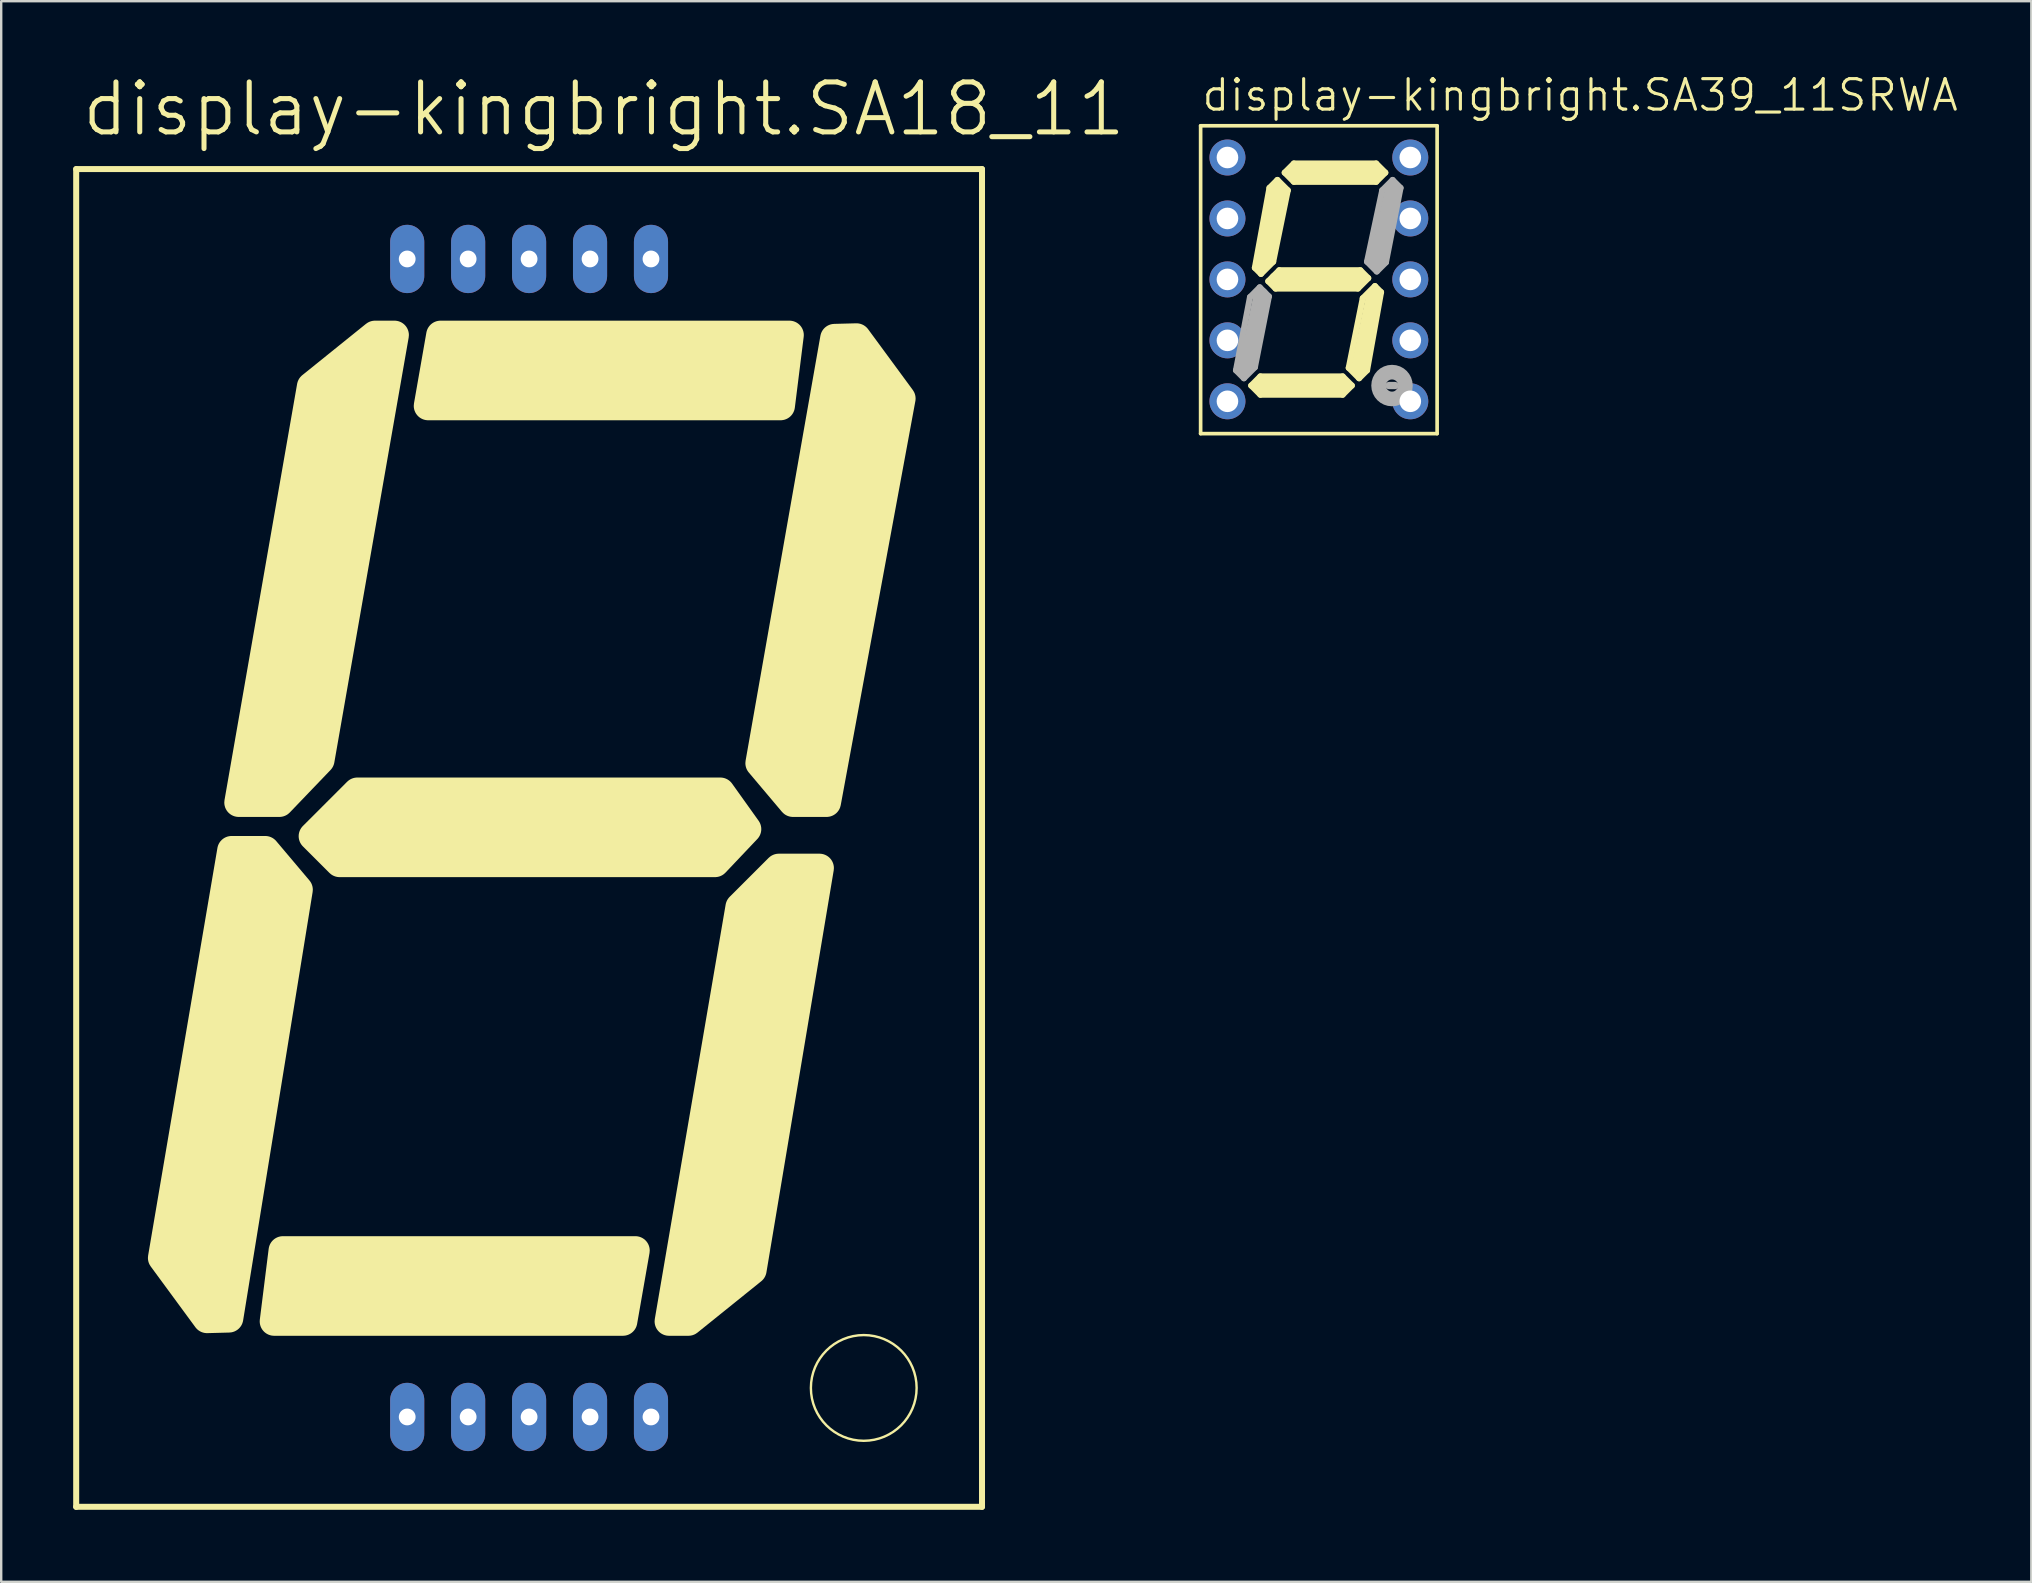
<source format=kicad_pcb>
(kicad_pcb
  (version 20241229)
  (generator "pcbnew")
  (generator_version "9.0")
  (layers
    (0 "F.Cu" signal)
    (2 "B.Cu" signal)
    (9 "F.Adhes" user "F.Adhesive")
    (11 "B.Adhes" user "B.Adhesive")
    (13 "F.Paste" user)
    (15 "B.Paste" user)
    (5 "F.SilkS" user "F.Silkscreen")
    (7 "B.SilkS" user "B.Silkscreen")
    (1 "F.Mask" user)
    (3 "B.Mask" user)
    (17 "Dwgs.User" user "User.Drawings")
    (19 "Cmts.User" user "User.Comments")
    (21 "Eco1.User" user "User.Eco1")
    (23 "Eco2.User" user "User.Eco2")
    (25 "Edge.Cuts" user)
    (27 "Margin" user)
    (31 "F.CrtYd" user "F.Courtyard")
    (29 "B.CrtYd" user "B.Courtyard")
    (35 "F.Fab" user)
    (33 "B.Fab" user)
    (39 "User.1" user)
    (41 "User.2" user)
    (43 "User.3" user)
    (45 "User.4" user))
  (footprint "display-kingbright.SA18_11"
    (layer "F.Cu")
    (at 19 31.872)
    (property "Reference" "display-kingbright.SA18_11" (at -18.745 -29.159 0) (layer "F.SilkS") (effects (font (size 2.083 2.083) (thickness 0.21)) (justify left bottom)))
    (attr through_hole)
    (fp_line (start -18.875 -27.875) (end -18.875 27.875) (stroke (width 0.25) (type default)) (layer "F.SilkS"))
    (fp_line (start -18.875 -27.875) (end 18.875 -27.875) (stroke (width 0.25) (type default)) (layer "F.SilkS"))
    (fp_line (start 18.875 27.875) (end -18.875 27.875) (stroke (width 0.25) (type default)) (layer "F.SilkS"))
    (fp_line (start 18.875 27.875) (end 18.875 -27.875) (stroke (width 0.25) (type default)) (layer "F.SilkS"))
    (fp_circle (center 13.947 22.92) (end 16.15 22.92) (stroke (width 0.1) (type default)) (fill no) (layer "F.SilkS"))
    (fp_poly (pts (xy -4.207 -18.007) (xy -3.69 -20.959) (xy 10.849 -20.959) (xy 10.48 -18.007)) (stroke (width 1.199) (type default)) (fill yes) (layer "F.SilkS"))
    (fp_poly (pts (xy 4.428 17.195) (xy 3.911 20.147) (xy -10.627 20.147) (xy -10.258 17.195)) (stroke (width 1.199) (type default)) (fill yes) (layer "F.SilkS"))
    (fp_poly (pts (xy -9.613 2.156) (xy -12.51 20.013) (xy -13.423 20.037) (xy -15.286 17.502) (xy -12.398 0.517) (xy -10.996 0.517)) (stroke (width 1.199) (type default)) (fill yes) (layer "F.SilkS"))
    (fp_poly (pts (xy -9.004 -0.074) (xy -7.159 -1.919) (xy 7.97 -1.919) (xy 9.077 -0.369) (xy 7.749 1.033) (xy -7.897 1.033)) (stroke (width 1.199) (type default)) (fill yes) (layer "F.SilkS"))
    (fp_poly (pts (xy -8.708 -3.247) (xy -5.609 -20.959) (xy -6.421 -20.959) (xy -9.077 -18.819) (xy -12.103 -1.476) (xy -10.406 -1.476)) (stroke (width 1.199) (type default)) (fill yes) (layer "F.SilkS"))
    (fp_poly (pts (xy 8.782 2.878) (xy 5.83 20.147) (xy 6.642 20.147) (xy 9.299 18.007) (xy 12.103 1.255) (xy 10.406 1.255)) (stroke (width 1.199) (type default)) (fill yes) (layer "F.SilkS"))
    (fp_poly (pts (xy 9.613 -3.116) (xy 12.731 -20.825) (xy 13.644 -20.849) (xy 15.508 -18.314) (xy 12.398 -1.476) (xy 10.996 -1.476)) (stroke (width 1.199) (type default)) (fill yes) (layer "F.SilkS"))
    (pad "1" thru_hole oval (at -5.08 24.13 90) (size 2.845 1.422) (drill 0.7) (layers "*.Cu" "*.Mask"))
    (pad "2" thru_hole oval (at -2.54 24.13 90) (size 2.845 1.422) (drill 0.7) (layers "*.Cu" "*.Mask"))
    (pad "3" thru_hole oval (at 0 24.13 90) (size 2.845 1.422) (drill 0.7) (layers "*.Cu" "*.Mask"))
    (pad "4" thru_hole oval (at 2.54 24.13 90) (size 2.845 1.422) (drill 0.7) (layers "*.Cu" "*.Mask"))
    (pad "5" thru_hole oval (at 5.08 24.13 90) (size 2.845 1.422) (drill 0.7) (layers "*.Cu" "*.Mask"))
    (pad "6" thru_hole oval (at 5.08 -24.13 90) (size 2.845 1.422) (drill 0.7) (layers "*.Cu" "*.Mask"))
    (pad "7" thru_hole oval (at 2.54 -24.13 90) (size 2.845 1.422) (drill 0.7) (layers "*.Cu" "*.Mask"))
    (pad "8" thru_hole oval (at 0 -24.13 90) (size 2.845 1.422) (drill 0.7) (layers "*.Cu" "*.Mask"))
    (pad "9" thru_hole oval (at -2.54 -24.13 90) (size 2.845 1.422) (drill 0.7) (layers "*.Cu" "*.Mask"))
    (pad "10" thru_hole oval (at -5.08 -24.13 90) (size 2.845 1.422) (drill 0.7) (layers "*.Cu" "*.Mask")))
  (footprint "display-kingbright.SA39_11SRWA"
    (layer "F.Cu")
    (at 51.914 8.594)
    (property "Reference" "display-kingbright.SA39_11SRWA" (at -4.953 -6.934 0) (layer "F.SilkS") (effects (font (size 1.27 1.27) (thickness 0.13)) (justify left bottom)))
    (attr through_hole)
    (fp_line (start -4.928 -6.402) (end 4.928 -6.402) (stroke (width 0.152) (type default)) (layer "F.SilkS"))
    (fp_line (start -4.928 6.427) (end -4.928 -6.402) (stroke (width 0.152) (type default)) (layer "F.SilkS"))
    (fp_line (start -2.819 4.424) (end -2.438 4.043) (stroke (width 0.254) (type default)) (layer "F.SilkS"))
    (fp_line (start -2.667 -0.483) (end -2.058 -3.814) (stroke (width 0.254) (type default)) (layer "F.SilkS"))
    (fp_line (start -2.438 4.043) (end 0.991 4.043) (stroke (width 0.254) (type default)) (layer "F.SilkS"))
    (fp_line (start -2.438 4.805) (end -2.819 4.424) (stroke (width 0.254) (type default)) (layer "F.SilkS"))
    (fp_line (start -2.413 -0.229) (end -2.667 -0.483) (stroke (width 0.254) (type default)) (layer "F.SilkS"))
    (fp_line (start -2.413 4.424) (end 1.016 4.424) (stroke (width 0.61) (type default)) (layer "F.SilkS"))
    (fp_line (start -2.311 -0.66) (end -1.678 -3.712) (stroke (width 0.61) (type default)) (layer "F.SilkS"))
    (fp_line (start -2.108 0.076) (end -1.651 -0.381) (stroke (width 0.254) (type default)) (layer "F.SilkS"))
    (fp_line (start -2.058 -3.814) (end -1.728 -4.144) (stroke (width 0.254) (type default)) (layer "F.SilkS"))
    (fp_line (start -1.905 -0.737) (end -2.413 -0.229) (stroke (width 0.254) (type default)) (layer "F.SilkS"))
    (fp_line (start -1.803 0.381) (end -2.108 0.076) (stroke (width 0.254) (type default)) (layer "F.SilkS"))
    (fp_line (start -1.728 -4.144) (end -1.296 -3.712) (stroke (width 0.254) (type default)) (layer "F.SilkS"))
    (fp_line (start -1.651 -0.381) (end 1.727 -0.381) (stroke (width 0.254) (type default)) (layer "F.SilkS"))
    (fp_line (start -1.423 -4.449) (end -1.042 -4.83) (stroke (width 0.254) (type default)) (layer "F.SilkS"))
    (fp_line (start -1.296 -3.712) (end -1.905 -0.737) (stroke (width 0.254) (type default)) (layer "F.SilkS"))
    (fp_line (start -1.042 -4.83) (end 2.387 -4.83) (stroke (width 0.254) (type default)) (layer "F.SilkS"))
    (fp_line (start -1.042 -4.068) (end -1.423 -4.449) (stroke (width 0.254) (type default)) (layer "F.SilkS"))
    (fp_line (start -0.991 -4.449) (end 2.438 -4.449) (stroke (width 0.61) (type default)) (layer "F.SilkS"))
    (fp_line (start 0.991 4.043) (end 1.372 4.424) (stroke (width 0.254) (type default)) (layer "F.SilkS"))
    (fp_line (start 0.991 4.805) (end -2.438 4.805) (stroke (width 0.254) (type default)) (layer "F.SilkS"))
    (fp_line (start 1.245 3.687) (end 1.676 4.119) (stroke (width 0.254) (type default)) (layer "F.SilkS"))
    (fp_line (start 1.372 4.424) (end 0.991 4.805) (stroke (width 0.254) (type default)) (layer "F.SilkS"))
    (fp_line (start 1.626 0.381) (end -1.803 0.381) (stroke (width 0.254) (type default)) (layer "F.SilkS"))
    (fp_line (start 1.651 0) (end -1.778 0) (stroke (width 0.61) (type default)) (layer "F.SilkS"))
    (fp_line (start 1.651 3.662) (end 2.286 0.635) (stroke (width 0.61) (type default)) (layer "F.SilkS"))
    (fp_line (start 1.676 4.119) (end 2.007 3.789) (stroke (width 0.254) (type default)) (layer "F.SilkS"))
    (fp_line (start 1.727 -0.381) (end 2.057 -0.051) (stroke (width 0.254) (type default)) (layer "F.SilkS"))
    (fp_line (start 1.829 0.787) (end 1.245 3.687) (stroke (width 0.254) (type default)) (layer "F.SilkS"))
    (fp_line (start 2.007 3.789) (end 2.591 0.533) (stroke (width 0.254) (type default)) (layer "F.SilkS"))
    (fp_line (start 2.057 -0.051) (end 1.626 0.381) (stroke (width 0.254) (type default)) (layer "F.SilkS"))
    (fp_line (start 2.337 0.279) (end 1.829 0.787) (stroke (width 0.254) (type default)) (layer "F.SilkS"))
    (fp_line (start 2.387 -4.83) (end 2.768 -4.449) (stroke (width 0.254) (type default)) (layer "F.SilkS"))
    (fp_line (start 2.387 -4.068) (end -1.042 -4.068) (stroke (width 0.254) (type default)) (layer "F.SilkS"))
    (fp_line (start 2.591 0.533) (end 2.337 0.279) (stroke (width 0.254) (type default)) (layer "F.SilkS"))
    (fp_line (start 2.768 -4.449) (end 2.387 -4.068) (stroke (width 0.254) (type default)) (layer "F.SilkS"))
    (fp_line (start 4.928 -6.402) (end 4.928 6.427) (stroke (width 0.152) (type default)) (layer "F.SilkS"))
    (fp_line (start 4.928 6.427) (end -4.928 6.427) (stroke (width 0.152) (type default)) (layer "F.SilkS"))
    (fp_line (start -3.454 3.789) (end -3.124 4.119) (stroke (width 0.254) (type default)) (layer "F.Fab"))
    (fp_line (start -3.124 4.119) (end -2.667 3.662) (stroke (width 0.254) (type default)) (layer "F.Fab"))
    (fp_line (start -2.87 0.737) (end -3.454 3.789) (stroke (width 0.254) (type default)) (layer "F.Fab"))
    (fp_line (start -2.667 3.662) (end -2.083 0.711) (stroke (width 0.254) (type default)) (layer "F.Fab"))
    (fp_line (start -2.464 0.33) (end -2.87 0.737) (stroke (width 0.254) (type default)) (layer "F.Fab"))
    (fp_line (start -2.464 0.33) (end -2.083 0.711) (stroke (width 0.254) (type default)) (layer "F.Fab"))
    (fp_line (start -2.413 0.635) (end -3.048 3.662) (stroke (width 0.61) (type default)) (layer "F.Fab"))
    (fp_line (start 2.007 -0.737) (end 2.413 -0.33) (stroke (width 0.254) (type default)) (layer "F.Fab"))
    (fp_line (start 2.413 -0.33) (end 2.794 -0.711) (stroke (width 0.254) (type default)) (layer "F.Fab"))
    (fp_line (start 2.641 -3.712) (end 2.007 -0.737) (stroke (width 0.254) (type default)) (layer "F.Fab"))
    (fp_line (start 2.794 -0.711) (end 3.403 -3.814) (stroke (width 0.254) (type default)) (layer "F.Fab"))
    (fp_line (start 2.921 4.424) (end 3.175 4.424) (stroke (width 0.305) (type default)) (layer "F.Fab"))
    (fp_line (start 3.073 -4.144) (end 2.641 -3.712) (stroke (width 0.254) (type default)) (layer "F.Fab"))
    (fp_line (start 3.073 -3.814) (end 2.413 -0.762) (stroke (width 0.61) (type default)) (layer "F.Fab"))
    (fp_line (start 3.403 -3.814) (end 3.073 -4.144) (stroke (width 0.254) (type default)) (layer "F.Fab"))
    (fp_circle (center 3.048 4.424) (end 3.302 4.424) (stroke (width 0.61) (type default)) (fill no) (layer "F.Fab"))
    (pad "1" thru_hole circle (at -3.81 -5.08) (size 1.5 1.5) (drill 0.9) (layers "*.Cu" "*.Mask"))
    (pad "2" thru_hole circle (at -3.81 -2.54) (size 1.5 1.5) (drill 0.9) (layers "*.Cu" "*.Mask"))
    (pad "3" thru_hole circle (at -3.81 0) (size 1.5 1.5) (drill 0.9) (layers "*.Cu" "*.Mask"))
    (pad "4" thru_hole circle (at -3.81 2.54) (size 1.5 1.5) (drill 0.9) (layers "*.Cu" "*.Mask"))
    (pad "5" thru_hole circle (at -3.81 5.08) (size 1.5 1.5) (drill 0.9) (layers "*.Cu" "*.Mask"))
    (pad "6" thru_hole circle (at 3.81 5.08) (size 1.5 1.5) (drill 0.9) (layers "*.Cu" "*.Mask"))
    (pad "7" thru_hole circle (at 3.81 2.54) (size 1.5 1.5) (drill 0.9) (layers "*.Cu" "*.Mask"))
    (pad "8" thru_hole circle (at 3.81 0) (size 1.5 1.5) (drill 0.9) (layers "*.Cu" "*.Mask"))
    (pad "9" thru_hole circle (at 3.81 -2.54) (size 1.5 1.5) (drill 0.9) (layers "*.Cu" "*.Mask"))
    (pad "10" thru_hole circle (at 3.81 -5.08) (size 1.5 1.5) (drill 0.9) (layers "*.Cu" "*.Mask")))
  (gr_rect
    (start -3 -3)
    (end 81.605 62.872)
    (stroke (width 0.1) (type default))
    (fill no)
    (layer "Edge.Cuts")))
</source>
